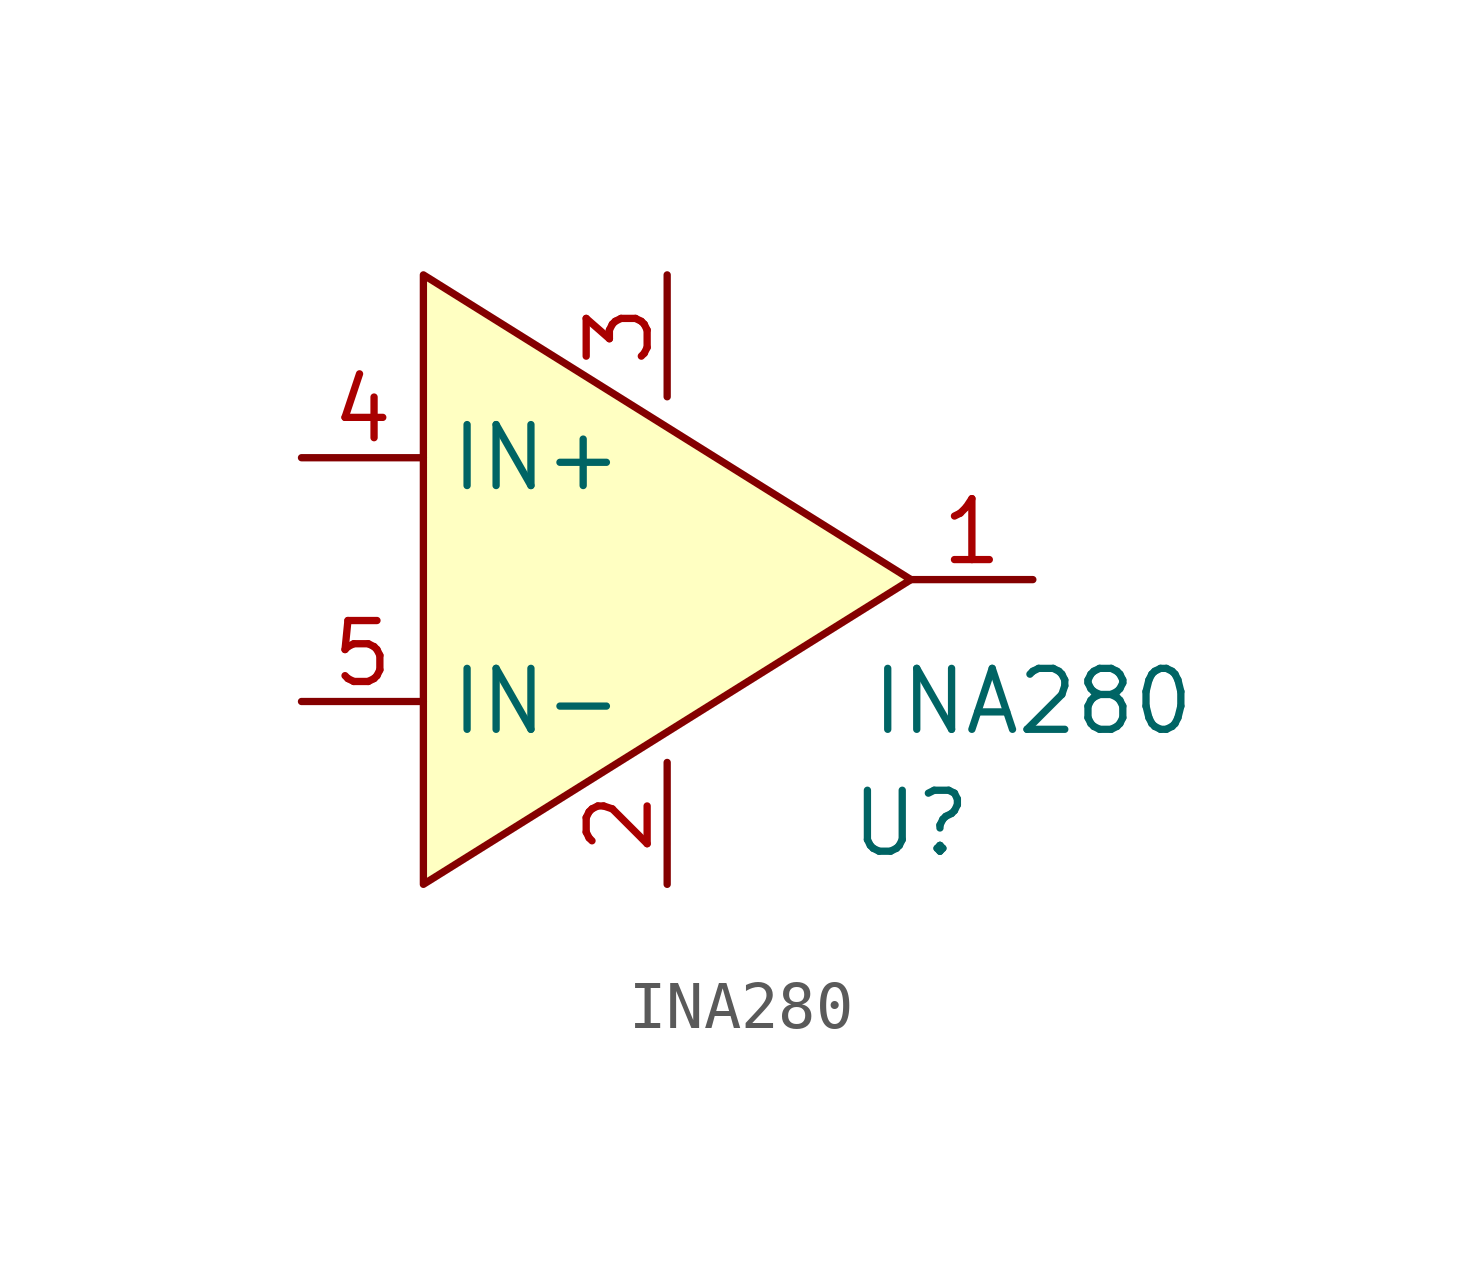
<source format=kicad_sym>
(kicad_symbol_lib
  (version 20211014)
  (generator kicad_symbol_editor)
  (symbol "INA280"
    (property "Reference" "U"
      (at 10.16 -5.08 0)
      (effects (font (size 1.27 1.27))))
    (property "Value" "INA280"
      (at 12.7 -2.54 0)
      (effects (font (size 1.27 1.27))))
    (symbol "INA280_0_0"
      (pin output line (at 12.7 0 180) (length 2.54) (name "" (effects (font (size 1.27 1.27)))) (number "1" (effects (font (size 1.27 1.27)))))
      (pin power_in line (at 5.08 -6.35 90) (length 2.54) (name "" (effects (font (size 1.27 1.27)))) (number "2" (effects (font (size 1.27 1.27)))))
      (pin power_in line (at 5.08 6.35 270) (length 2.54) (name "" (effects (font (size 1.27 1.27)))) (number "3" (effects (font (size 1.27 1.27)))))
      (pin input line (at -2.54 2.54 0) (length 2.54) (name "IN+" (effects (font (size 1.27 1.27)))) (number "4" (effects (font (size 1.27 1.27)))))
      (pin input line (at -2.54 -2.54 0) (length 2.54) (name "IN-" (effects (font (size 1.27 1.27)))) (number "5" (effects (font (size 1.27 1.27))))))
    (symbol "INA280_0_1"
      (polyline (pts (xy 0 6.35) (xy 10.16 0) (xy 0 -6.35) (xy 0 6.35)) (stroke (width 0) (type default) (color 0 0 0 0)) (fill (type background))))))
</source>
